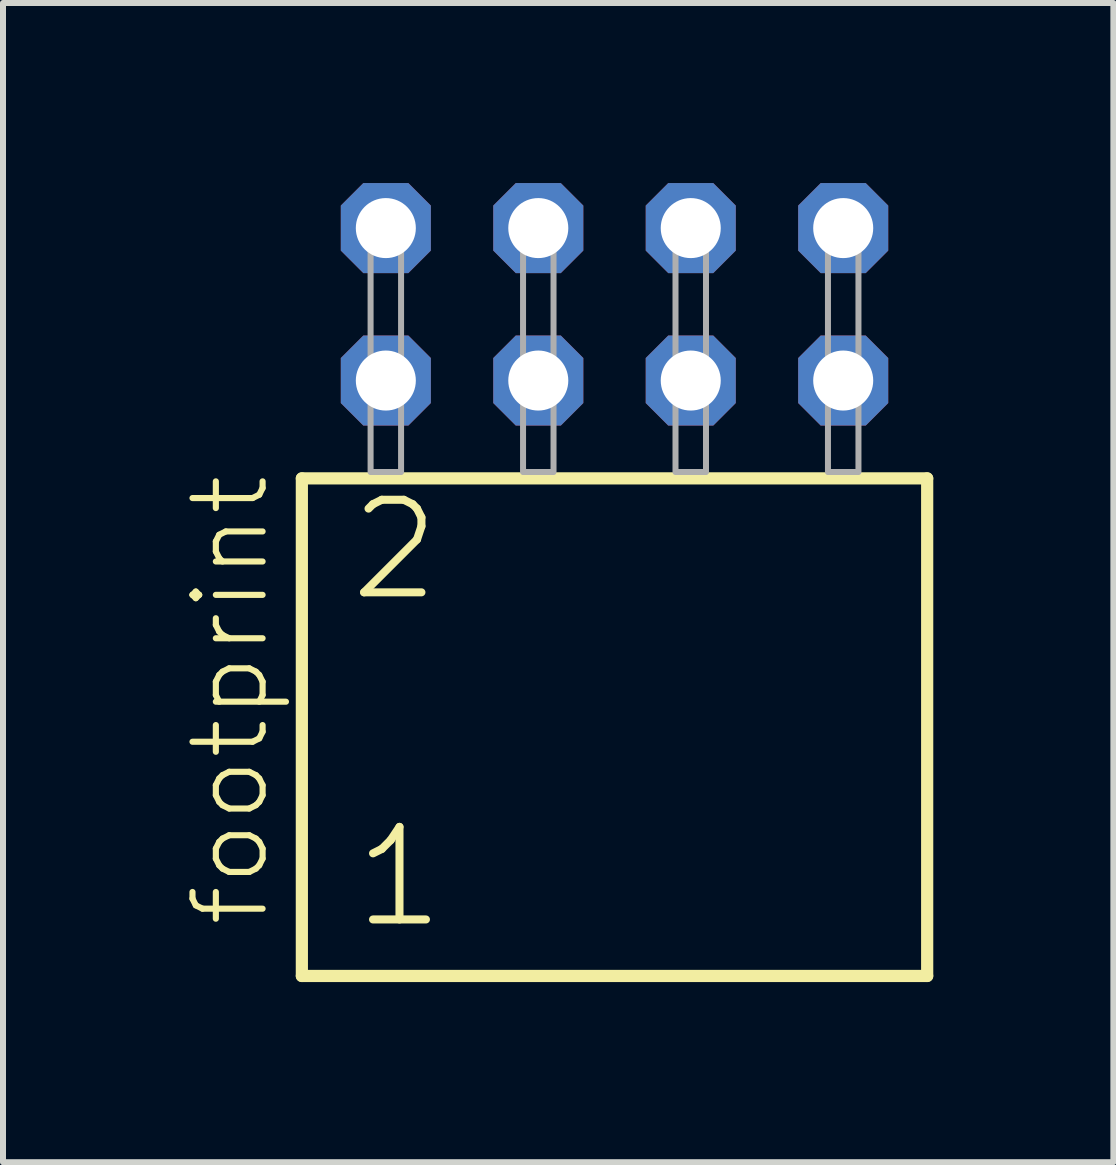
<source format=kicad_pcb>
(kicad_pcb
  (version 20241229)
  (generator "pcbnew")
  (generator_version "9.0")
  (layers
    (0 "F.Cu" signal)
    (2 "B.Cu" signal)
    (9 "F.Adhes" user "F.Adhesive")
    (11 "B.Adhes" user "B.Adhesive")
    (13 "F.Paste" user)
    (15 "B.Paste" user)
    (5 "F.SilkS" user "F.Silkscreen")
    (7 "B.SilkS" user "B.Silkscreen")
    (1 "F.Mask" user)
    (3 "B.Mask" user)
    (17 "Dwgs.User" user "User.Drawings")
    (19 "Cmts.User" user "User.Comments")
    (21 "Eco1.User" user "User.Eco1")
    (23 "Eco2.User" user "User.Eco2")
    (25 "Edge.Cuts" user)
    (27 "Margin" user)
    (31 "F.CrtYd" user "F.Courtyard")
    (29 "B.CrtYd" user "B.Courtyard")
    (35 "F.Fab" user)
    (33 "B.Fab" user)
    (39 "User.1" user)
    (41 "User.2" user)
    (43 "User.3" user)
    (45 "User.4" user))
  (footprint "footprint"
    (layer "F.Cu")
    (at 7.188 4.814)
    (property "Reference" "footprint" (at -5.715 7.62 90) (layer "F.SilkS") (effects (font (size 1.168 1.168) (thickness 0.102)) (justify left bottom)))
    (fp_line (start -5.209 0.106) (end -5.209 8.396) (stroke (width 0.203) (type solid)) (layer "F.SilkS"))
    (fp_line (start -5.209 8.396) (end 5.209 8.396) (stroke (width 0.203) (type solid)) (layer "F.SilkS"))
    (fp_line (start 5.209 0.106) (end -5.209 0.106) (stroke (width 0.203) (type solid)) (layer "F.SilkS"))
    (fp_line (start 5.209 8.396) (end 5.209 0.106) (stroke (width 0.203) (type solid)) (layer "F.SilkS"))
    (fp_poly (pts (xy -4.064 0) (xy -3.556 0) (xy -3.556 -4.318) (xy -4.064 -4.318)) (stroke (width 0.1) (type solid)) (fill no) (layer "F.Fab"))
    (fp_poly (pts (xy -1.524 0) (xy -1.016 0) (xy -1.016 -4.318) (xy -1.524 -4.318)) (stroke (width 0.1) (type solid)) (fill no) (layer "F.Fab"))
    (fp_poly (pts (xy 1.016 0) (xy 1.524 0) (xy 1.524 -4.318) (xy 1.016 -4.318)) (stroke (width 0.1) (type solid)) (fill no) (layer "F.Fab"))
    (fp_poly (pts (xy 3.556 0) (xy 4.064 0) (xy 4.064 -4.318) (xy 3.556 -4.318)) (stroke (width 0.1) (type solid)) (fill no) (layer "F.Fab"))
    (fp_text user "2" (at -4.48 2.2 0) (layer "F.SilkS") (effects (font (size 1.542 1.542) (thickness 0.134)) (justify left bottom)))
    (fp_text user "1" (at -4.405 7.65 0) (layer "F.SilkS") (effects (font (size 1.542 1.542) (thickness 0.134)) (justify left bottom)))
    (pad "1" thru_hole roundrect (at -3.81 -1.524) (size 1.5 1.5) (drill 1) (layers "*.Cu" "*.Mask") (roundrect_rratio 0.25) (chamfer_ratio 0.25) (chamfer top_left top_right bottom_left bottom_right))
    (pad "2" thru_hole roundrect (at -3.81 -4.064) (size 1.5 1.5) (drill 1) (layers "*.Cu" "*.Mask") (roundrect_rratio 0.25) (chamfer_ratio 0.25) (chamfer top_left top_right bottom_left bottom_right))
    (pad "3" thru_hole roundrect (at -1.27 -1.524) (size 1.5 1.5) (drill 1) (layers "*.Cu" "*.Mask") (roundrect_rratio 0.25) (chamfer_ratio 0.25) (chamfer top_left top_right bottom_left bottom_right))
    (pad "4" thru_hole roundrect (at -1.27 -4.064) (size 1.5 1.5) (drill 1) (layers "*.Cu" "*.Mask") (roundrect_rratio 0.25) (chamfer_ratio 0.25) (chamfer top_left top_right bottom_left bottom_right))
    (pad "5" thru_hole roundrect (at 1.27 -1.524) (size 1.5 1.5) (drill 1) (layers "*.Cu" "*.Mask") (roundrect_rratio 0.25) (chamfer_ratio 0.25) (chamfer top_left top_right bottom_left bottom_right))
    (pad "6" thru_hole roundrect (at 1.27 -4.064) (size 1.5 1.5) (drill 1) (layers "*.Cu" "*.Mask") (roundrect_rratio 0.25) (chamfer_ratio 0.25) (chamfer top_left top_right bottom_left bottom_right))
    (pad "7" thru_hole roundrect (at 3.81 -1.524) (size 1.5 1.5) (drill 1) (layers "*.Cu" "*.Mask") (roundrect_rratio 0.25) (chamfer_ratio 0.25) (chamfer top_left top_right bottom_left bottom_right))
    (pad "8" thru_hole roundrect (at 3.81 -4.064) (size 1.5 1.5) (drill 1) (layers "*.Cu" "*.Mask") (roundrect_rratio 0.25) (chamfer_ratio 0.25) (chamfer top_left top_right bottom_left bottom_right)))
  (gr_rect
    (start -3 -3)
    (end 15.499 16.312)
    (stroke (width 0.1) (type default))
    (fill no)
    (layer "Edge.Cuts")))
</source>
